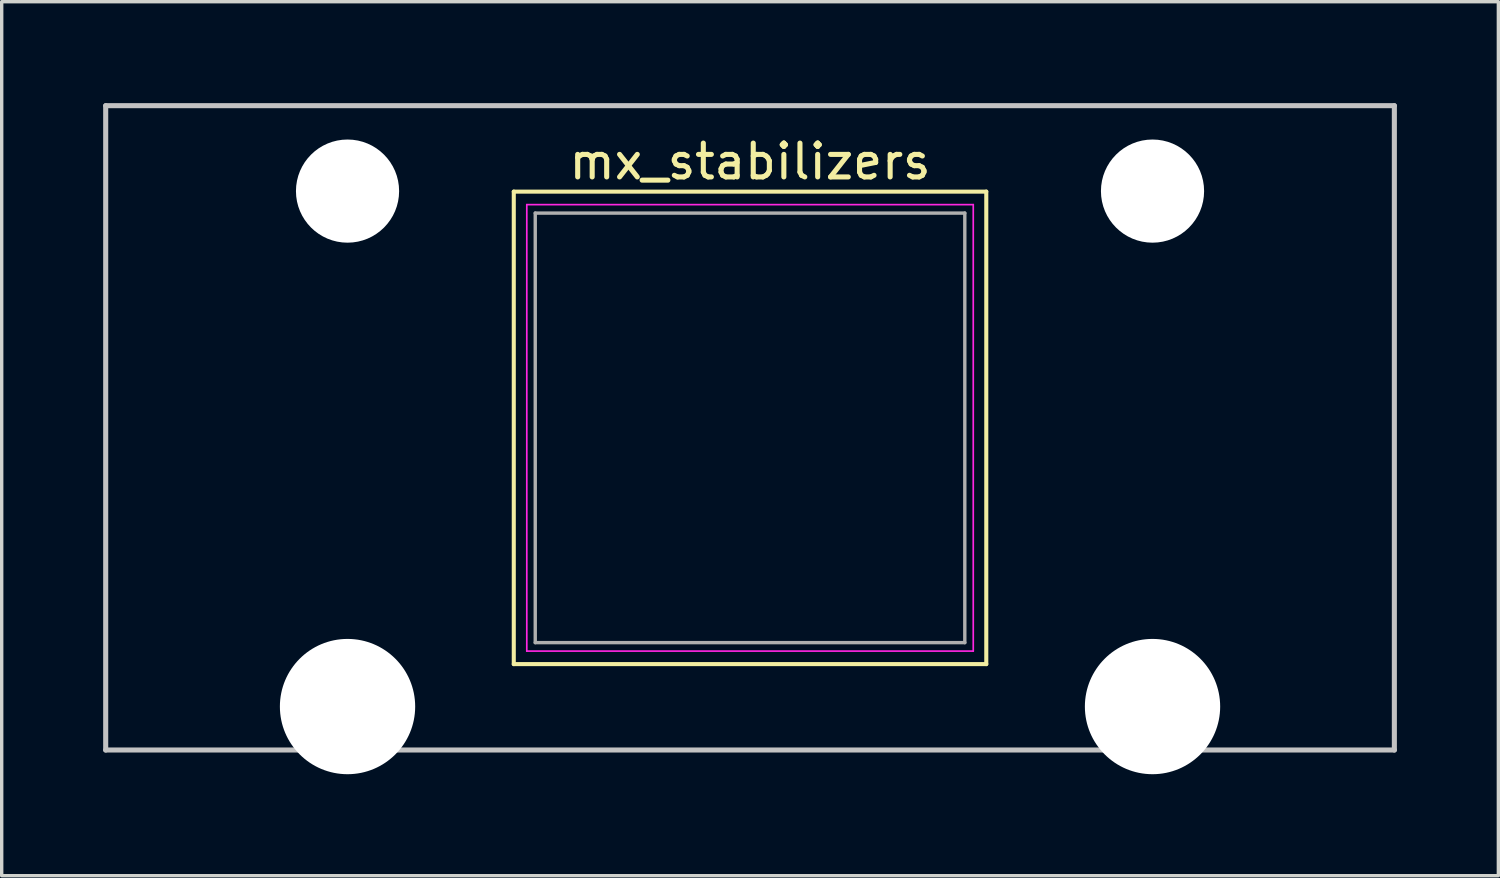
<source format=kicad_pcb>
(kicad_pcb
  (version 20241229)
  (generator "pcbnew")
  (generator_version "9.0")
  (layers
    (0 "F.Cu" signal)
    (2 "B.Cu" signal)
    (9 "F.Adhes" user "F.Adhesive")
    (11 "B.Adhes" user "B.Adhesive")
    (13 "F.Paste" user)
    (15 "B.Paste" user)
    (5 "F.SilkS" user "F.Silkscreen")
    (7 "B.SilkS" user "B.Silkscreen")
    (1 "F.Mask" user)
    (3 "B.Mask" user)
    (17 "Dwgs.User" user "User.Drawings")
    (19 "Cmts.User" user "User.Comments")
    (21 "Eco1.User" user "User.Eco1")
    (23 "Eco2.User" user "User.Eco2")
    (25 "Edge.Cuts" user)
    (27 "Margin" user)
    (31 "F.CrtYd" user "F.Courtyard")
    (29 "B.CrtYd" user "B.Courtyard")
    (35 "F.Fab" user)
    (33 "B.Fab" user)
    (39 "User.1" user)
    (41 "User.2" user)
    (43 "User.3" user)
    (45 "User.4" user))
  (footprint "mx_stabilizers"
    (layer "F.Cu")
    (at 21.665 4.52)
    (property "Reference" "mx_stabilizers" (at -2.54 -2.794 0) (layer "F.SilkS") (effects (font (size 1 1) (thickness 0.15))))
    (attr through_hole)
    (fp_line (start -9.525 -1.905) (end 4.445 -1.905) (stroke (width 0.12) (type solid)) (layer "F.SilkS"))
    (fp_line (start -9.525 12.065) (end -9.525 -1.905) (stroke (width 0.12) (type solid)) (layer "F.SilkS"))
    (fp_line (start 4.445 -1.905) (end 4.445 12.065) (stroke (width 0.12) (type solid)) (layer "F.SilkS"))
    (fp_line (start 4.445 12.065) (end -9.525 12.065) (stroke (width 0.12) (type solid)) (layer "F.SilkS"))
    (fp_line (start -21.59 -4.445) (end 16.51 -4.445) (stroke (width 0.15) (type solid)) (layer "Dwgs.User"))
    (fp_line (start -21.59 14.605) (end -21.59 -4.445) (stroke (width 0.15) (type solid)) (layer "Dwgs.User"))
    (fp_line (start 16.51 -4.445) (end 16.51 14.605) (stroke (width 0.15) (type solid)) (layer "Dwgs.User"))
    (fp_line (start 16.51 14.605) (end -21.59 14.605) (stroke (width 0.15) (type solid)) (layer "Dwgs.User"))
    (fp_line (start -9.14 -1.52) (end 4.06 -1.52) (stroke (width 0.05) (type solid)) (layer "F.CrtYd"))
    (fp_line (start -9.14 11.68) (end -9.14 -1.52) (stroke (width 0.05) (type solid)) (layer "F.CrtYd"))
    (fp_line (start 4.06 -1.52) (end 4.06 11.68) (stroke (width 0.05) (type solid)) (layer "F.CrtYd"))
    (fp_line (start 4.06 11.68) (end -9.14 11.68) (stroke (width 0.05) (type solid)) (layer "F.CrtYd"))
    (fp_line (start -8.89 -1.27) (end 3.81 -1.27) (stroke (width 0.1) (type solid)) (layer "F.Fab"))
    (fp_line (start -8.89 11.43) (end -8.89 -1.27) (stroke (width 0.1) (type solid)) (layer "F.Fab"))
    (fp_line (start 3.81 -1.27) (end 3.81 11.43) (stroke (width 0.1) (type solid)) (layer "F.Fab"))
    (fp_line (start 3.81 11.43) (end -8.89 11.43) (stroke (width 0.1) (type solid)) (layer "F.Fab"))
    (pad "" np_thru_hole circle (at -14.44 -1.92) (size 3.05 3.05) (drill 3.05) (layers "*.Cu" "*.Mask"))
    (pad "" np_thru_hole circle (at -14.44 13.32) (size 4 4) (drill 4) (layers "*.Cu" "*.Mask"))
    (pad "" np_thru_hole circle (at 9.36 -1.92) (size 3.05 3.05) (drill 3.05) (layers "*.Cu" "*.Mask"))
    (pad "" np_thru_hole circle (at 9.36 13.32) (size 4 4) (drill 4) (layers "*.Cu" "*.Mask")))
  (gr_rect
    (start -3 -3)
    (end 41.25 22.84)
    (stroke (width 0.1) (type default))
    (fill no)
    (layer "Edge.Cuts")))
</source>
